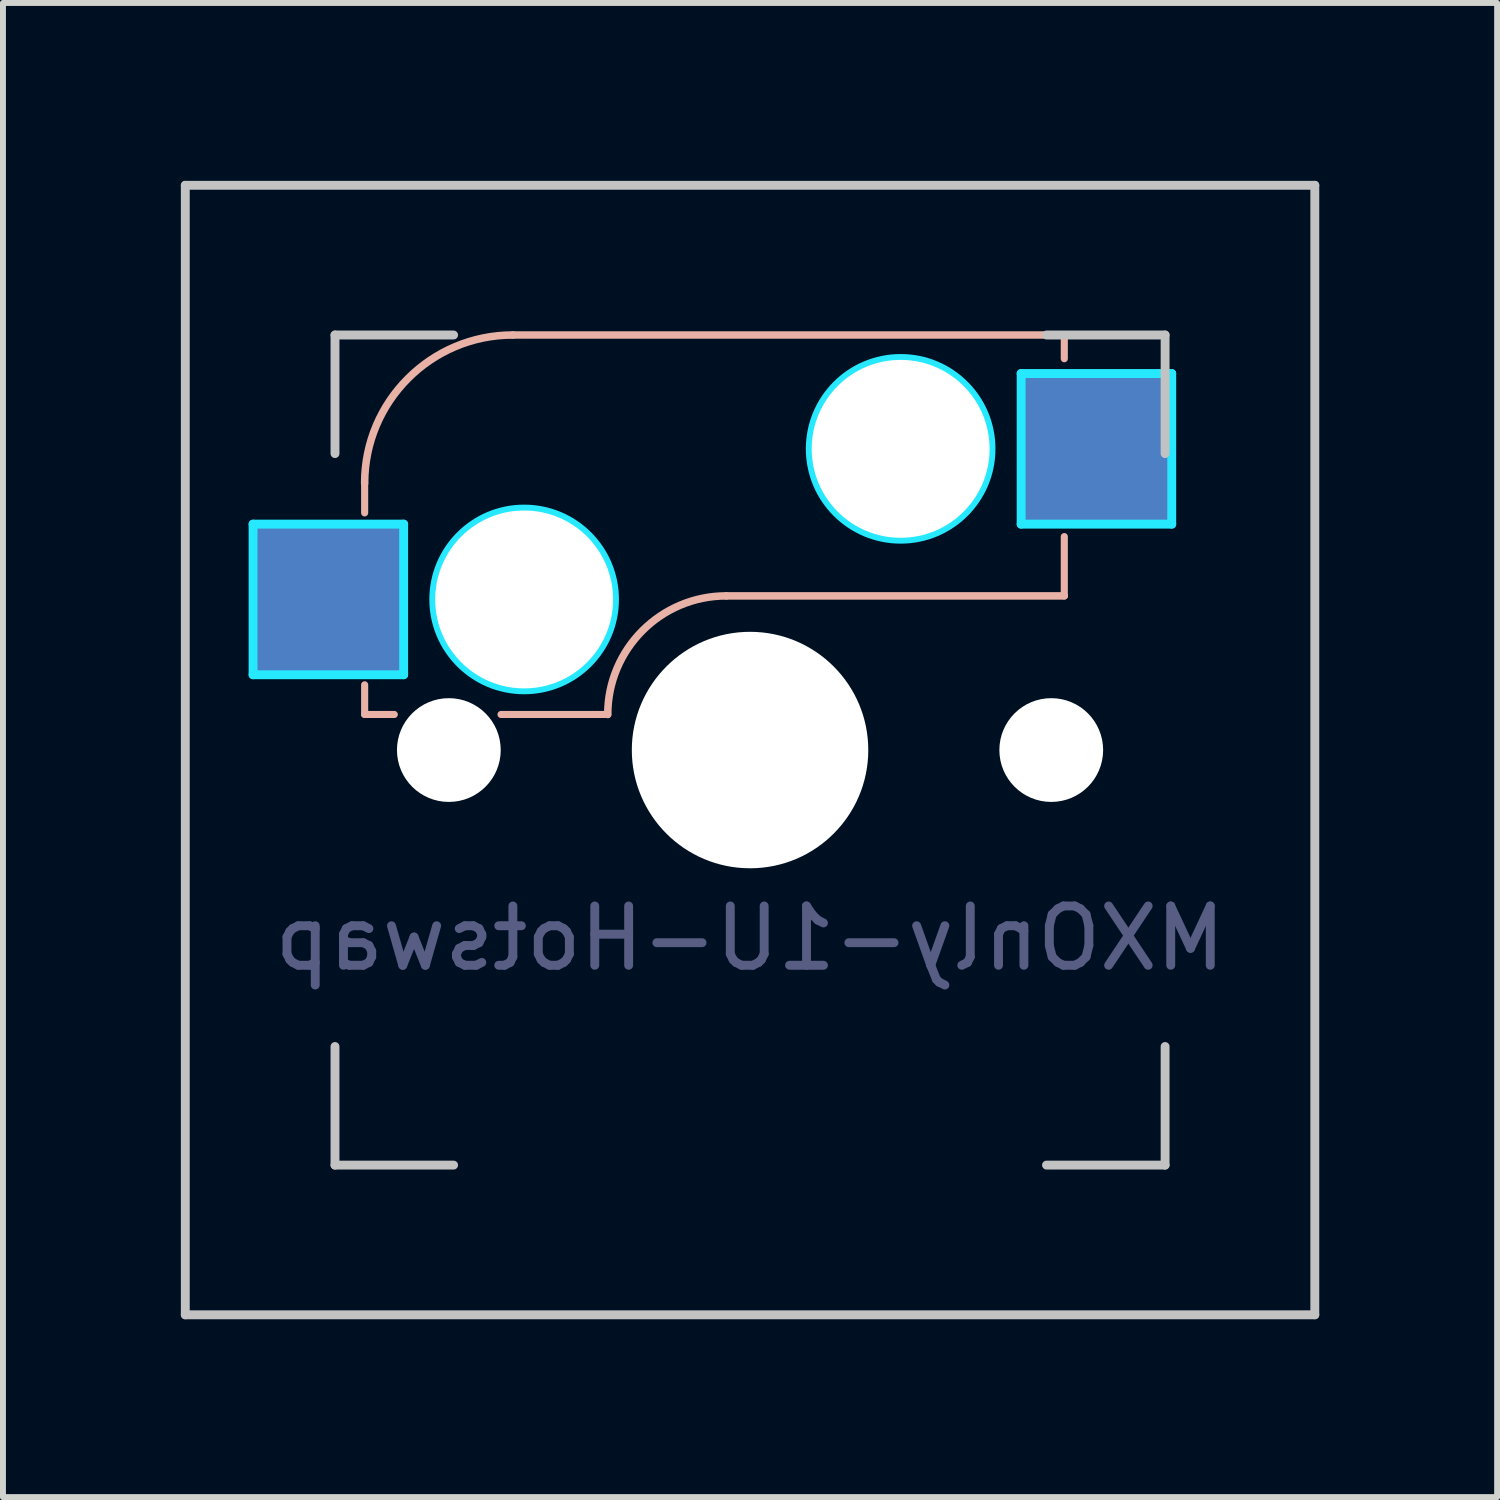
<source format=kicad_pcb>
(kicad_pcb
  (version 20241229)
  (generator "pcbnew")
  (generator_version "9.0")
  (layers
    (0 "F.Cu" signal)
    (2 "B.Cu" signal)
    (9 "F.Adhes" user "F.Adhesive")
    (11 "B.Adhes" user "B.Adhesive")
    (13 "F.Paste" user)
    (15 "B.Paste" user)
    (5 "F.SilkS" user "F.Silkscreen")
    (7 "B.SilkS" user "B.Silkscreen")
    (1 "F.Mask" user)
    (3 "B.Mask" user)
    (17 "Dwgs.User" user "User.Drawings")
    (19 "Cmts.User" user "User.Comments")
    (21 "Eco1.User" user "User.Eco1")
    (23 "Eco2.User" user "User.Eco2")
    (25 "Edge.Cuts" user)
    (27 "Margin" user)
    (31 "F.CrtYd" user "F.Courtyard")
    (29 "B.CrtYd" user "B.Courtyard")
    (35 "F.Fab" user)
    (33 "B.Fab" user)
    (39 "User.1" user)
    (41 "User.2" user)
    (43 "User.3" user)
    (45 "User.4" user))
  (footprint "MXOnly-1U-Hotswap"
    (layer "F.Cu")
    (at 9.6 9.6)
    (property "Reference" "MXOnly-1U-Hotswap" (at 0 3.175 0) (layer "B.Fab") (effects (font (size 1 1) (thickness 0.15)) (justify mirror)))
    (attr smd)
    (fp_line (start -6.5 -4.5) (end -6.5 -4) (stroke (width 0.12) (type solid)) (layer "B.SilkS"))
    (fp_line (start -6.5 -0.6) (end -6.5 -1.1) (stroke (width 0.12) (type solid)) (layer "B.SilkS"))
    (fp_line (start -6.5 -0.6) (end -6 -0.6) (stroke (width 0.12) (type solid)) (layer "B.SilkS"))
    (fp_line (start -2.4 -0.6) (end -4.2 -0.6) (stroke (width 0.12) (type solid)) (layer "B.SilkS"))
    (fp_line (start -0.4 -2.6) (end 5.3 -2.6) (stroke (width 0.127) (type solid)) (layer "B.SilkS"))
    (fp_line (start 5.3 -7) (end -4 -7) (stroke (width 0.127) (type solid)) (layer "B.SilkS"))
    (fp_line (start 5.3 -7) (end 5.3 -6.6) (stroke (width 0.12) (type solid)) (layer "B.SilkS"))
    (fp_line (start 5.3 -2.6) (end 5.3 -3.6) (stroke (width 0.12) (type solid)) (layer "B.SilkS"))
    (fp_arc (start -6.5 -4.5) (mid -5.767767 -6.267767) (end -4 -7) (stroke (width 0.127) (type solid)) (layer "B.SilkS"))
    (fp_arc (start -2.4 -0.6) (mid -1.814214 -2.014214) (end -0.4 -2.6) (stroke (width 0.127) (type solid)) (layer "B.SilkS"))
    (fp_line (start -9.525 -9.525) (end 9.525 -9.525) (stroke (width 0.15) (type solid)) (layer "Dwgs.User"))
    (fp_line (start -9.525 9.525) (end -9.525 -9.525) (stroke (width 0.15) (type solid)) (layer "Dwgs.User"))
    (fp_line (start -7 -7) (end -7 -5) (stroke (width 0.15) (type solid)) (layer "Dwgs.User"))
    (fp_line (start -7 5) (end -7 7) (stroke (width 0.15) (type solid)) (layer "Dwgs.User"))
    (fp_line (start -7 7) (end -5 7) (stroke (width 0.15) (type solid)) (layer "Dwgs.User"))
    (fp_line (start -5 -7) (end -7 -7) (stroke (width 0.15) (type solid)) (layer "Dwgs.User"))
    (fp_line (start 5 -7) (end 7 -7) (stroke (width 0.15) (type solid)) (layer "Dwgs.User"))
    (fp_line (start 5 7) (end 7 7) (stroke (width 0.15) (type solid)) (layer "Dwgs.User"))
    (fp_line (start 7 -7) (end 7 -5) (stroke (width 0.15) (type solid)) (layer "Dwgs.User"))
    (fp_line (start 7 7) (end 7 5) (stroke (width 0.15) (type solid)) (layer "Dwgs.User"))
    (fp_line (start 9.525 -9.525) (end 9.525 9.525) (stroke (width 0.15) (type solid)) (layer "Dwgs.User"))
    (fp_line (start 9.525 9.525) (end -9.525 9.525) (stroke (width 0.15) (type solid)) (layer "Dwgs.User"))
    (fp_line (start -8.382 -3.81) (end -8.382 -1.27) (stroke (width 0.15) (type solid)) (layer "B.CrtYd"))
    (fp_line (start -8.382 -1.27) (end -5.842 -1.27) (stroke (width 0.15) (type solid)) (layer "B.CrtYd"))
    (fp_line (start -5.842 -3.81) (end -8.382 -3.81) (stroke (width 0.15) (type solid)) (layer "B.CrtYd"))
    (fp_line (start -5.842 -1.27) (end -5.842 -3.81) (stroke (width 0.15) (type solid)) (layer "B.CrtYd"))
    (fp_line (start 4.572 -6.35) (end 7.112 -6.35) (stroke (width 0.15) (type solid)) (layer "B.CrtYd"))
    (fp_line (start 4.572 -3.81) (end 4.572 -6.35) (stroke (width 0.15) (type solid)) (layer "B.CrtYd"))
    (fp_line (start 7.112 -6.35) (end 7.112 -3.81) (stroke (width 0.15) (type solid)) (layer "B.CrtYd"))
    (fp_line (start 7.112 -3.81) (end 4.572 -3.81) (stroke (width 0.15) (type solid)) (layer "B.CrtYd"))
    (fp_circle (center -3.81 -2.54) (end -3.81 -4.064) (stroke (width 0.15) (type solid)) (fill no) (layer "B.CrtYd"))
    (fp_circle (center 2.54 -5.08) (end 2.54 -6.604) (stroke (width 0.15) (type solid)) (fill no) (layer "B.CrtYd"))
    (pad "" np_thru_hole circle (at -5.08 0 48.1) (size 1.75 1.75) (drill 1.75) (layers "*.Cu" "*.Mask"))
    (pad "" np_thru_hole circle (at -3.81 -2.54) (size 3 3) (drill 3) (layers "*.Cu" "*.Mask"))
    (pad "" np_thru_hole circle (at 0 0) (size 3.988 3.988) (drill 3.988) (layers "*.Cu" "*.Mask"))
    (pad "" np_thru_hole circle (at 2.54 -5.08) (size 3 3) (drill 3) (layers "*.Cu" "*.Mask"))
    (pad "" np_thru_hole circle (at 5.08 0 48.1) (size 1.75 1.75) (drill 1.75) (layers "*.Cu" "*.Mask"))
    (pad "1" smd rect (at -7.085 -2.54) (size 2.55 2.5) (layers "B.Cu" "B.Mask" "B.Paste"))
    (pad "2" smd rect (at 5.842 -5.08) (size 2.55 2.5) (layers "B.Cu" "B.Mask" "B.Paste")))
  (gr_rect
    (start -3 -3)
    (end 22.2 22.2)
    (stroke (width 0.1) (type default))
    (fill no)
    (layer "Edge.Cuts")))
</source>
